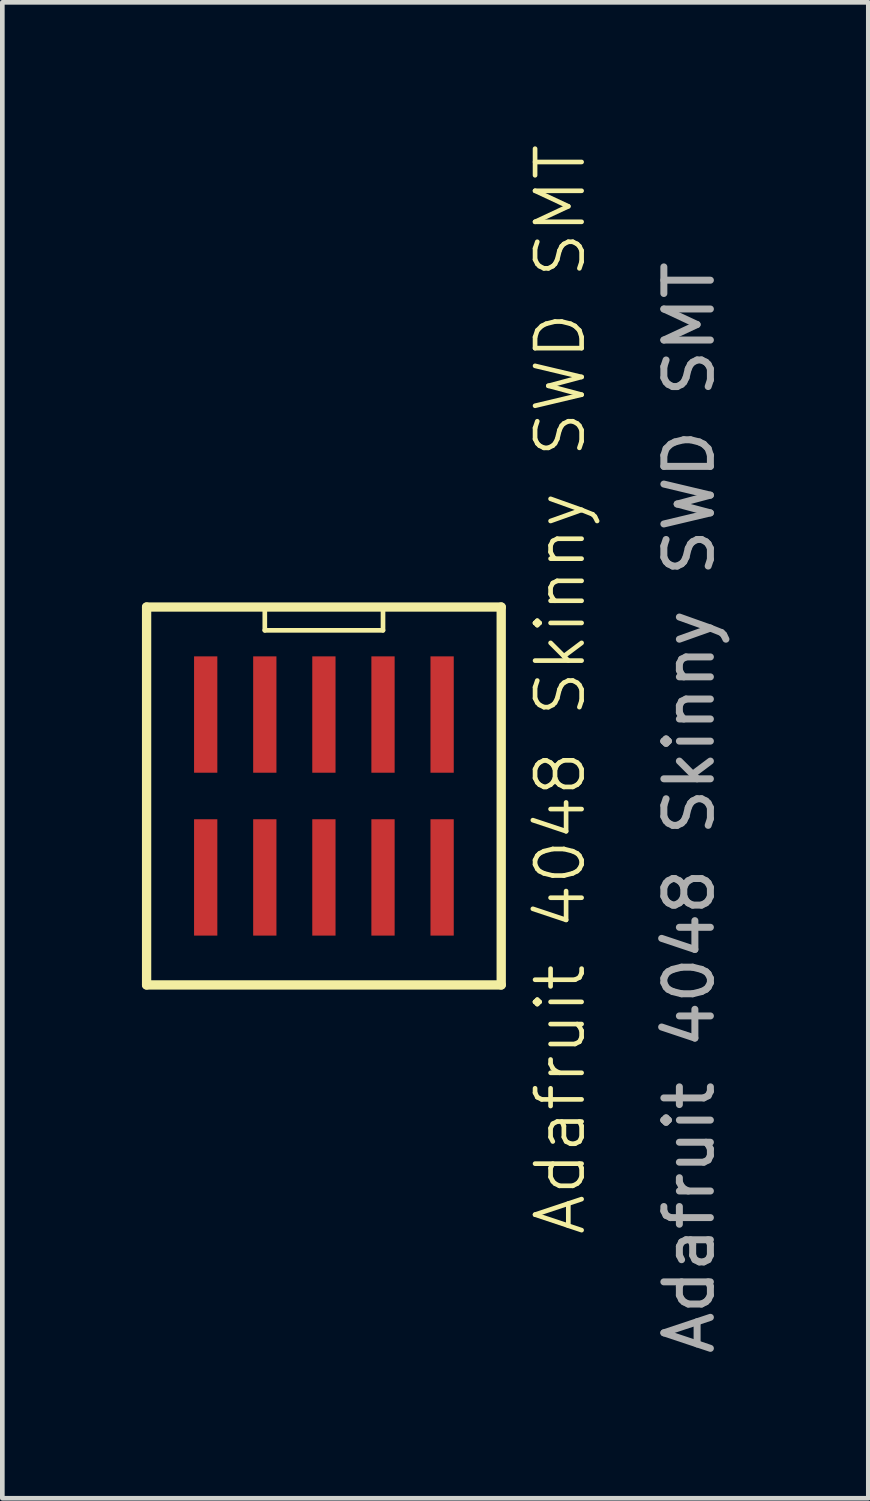
<source format=kicad_pcb>
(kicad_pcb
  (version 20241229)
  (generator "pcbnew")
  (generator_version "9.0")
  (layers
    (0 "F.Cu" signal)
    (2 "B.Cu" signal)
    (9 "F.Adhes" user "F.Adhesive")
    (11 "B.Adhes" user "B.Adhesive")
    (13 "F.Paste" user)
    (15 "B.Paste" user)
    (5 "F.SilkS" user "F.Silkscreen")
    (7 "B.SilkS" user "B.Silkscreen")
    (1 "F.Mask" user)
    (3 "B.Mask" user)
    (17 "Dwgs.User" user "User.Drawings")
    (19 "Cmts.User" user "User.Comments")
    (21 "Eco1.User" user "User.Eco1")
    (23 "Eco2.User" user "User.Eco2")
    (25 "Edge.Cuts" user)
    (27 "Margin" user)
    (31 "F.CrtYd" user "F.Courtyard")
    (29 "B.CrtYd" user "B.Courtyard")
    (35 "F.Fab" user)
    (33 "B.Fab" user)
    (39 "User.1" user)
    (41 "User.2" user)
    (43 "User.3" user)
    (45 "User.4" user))
  (footprint "Adafruit 4048 Skinny SWD SMT"
    (layer "F.Cu")
    (at 3.91 14.304)
    (property "Reference" "Adafruit 4048 Skinny SWD SMT" (at 5.08 -2.54 90) (unlocked yes) (layer "F.SilkS") (effects (font (size 1 1) (thickness 0.1))))
    (attr smd)
    (fp_line (start -3.81 3.81) (end -3.81 -4.31) (stroke (width 0.2) (type default)) (layer "F.SilkS"))
    (fp_line (start -1.27 -4.31) (end -1.27 -3.81) (stroke (width 0.1) (type default)) (layer "F.SilkS"))
    (fp_line (start -1.27 -3.81) (end 1.27 -3.81) (stroke (width 0.1) (type default)) (layer "F.SilkS"))
    (fp_line (start 1.27 -4.31) (end 1.27 -3.81) (stroke (width 0.1) (type default)) (layer "F.SilkS"))
    (fp_line (start 3.81 -4.31) (end -3.81 -4.31) (stroke (width 0.2) (type default)) (layer "F.SilkS"))
    (fp_line (start 3.81 3.81) (end -3.81 3.81) (stroke (width 0.2) (type default)) (layer "F.SilkS"))
    (fp_line (start 3.81 3.81) (end 3.81 -4.31) (stroke (width 0.2) (type default)) (layer "F.SilkS"))
    (fp_text user "${REFERENCE}" (at 7.85 0 90) (unlocked yes) (layer "F.Fab") (effects (font (size 1 1) (thickness 0.15))))
    (pad "GND1" smd rect (at 1.27 -2) (size 0.5 2.5) (layers "F.Cu" "F.Mask"))
    (pad "GND2" smd rect (at 0 -2) (size 0.5 2.5) (layers "F.Cu" "F.Mask"))
    (pad "GND3" smd rect (at -2.54 -2) (size 0.5 2.5) (layers "F.Cu" "F.Mask"))
    (pad "RESET" smd rect (at -2.54 1.5) (size 0.5 2.5) (layers "F.Cu" "F.Mask"))
    (pad "RXI" smd rect (at -1.27 -2) (size 0.5 2.5) (layers "F.Cu" "F.Mask"))
    (pad "SWCLK" smd rect (at 1.27 1.5) (size 0.5 2.5) (layers "F.Cu" "F.Mask"))
    (pad "SWDIO" smd rect (at 2.54 1.5) (size 0.5 2.5) (layers "F.Cu" "F.Mask"))
    (pad "SWO" smd rect (at 0 1.5) (size 0.5 2.5) (layers "F.Cu" "F.Mask"))
    (pad "TXO" smd rect (at -1.27 1.5) (size 0.5 2.5) (layers "F.Cu" "F.Mask"))
    (pad "VREF" smd rect (at 2.54 -2) (size 0.5 2.5) (layers "F.Cu" "F.Mask")))
  (gr_rect
    (start -3 -3)
    (end 15.608 29.144)
    (stroke (width 0.1) (type default))
    (fill no)
    (layer "Edge.Cuts")))
</source>
